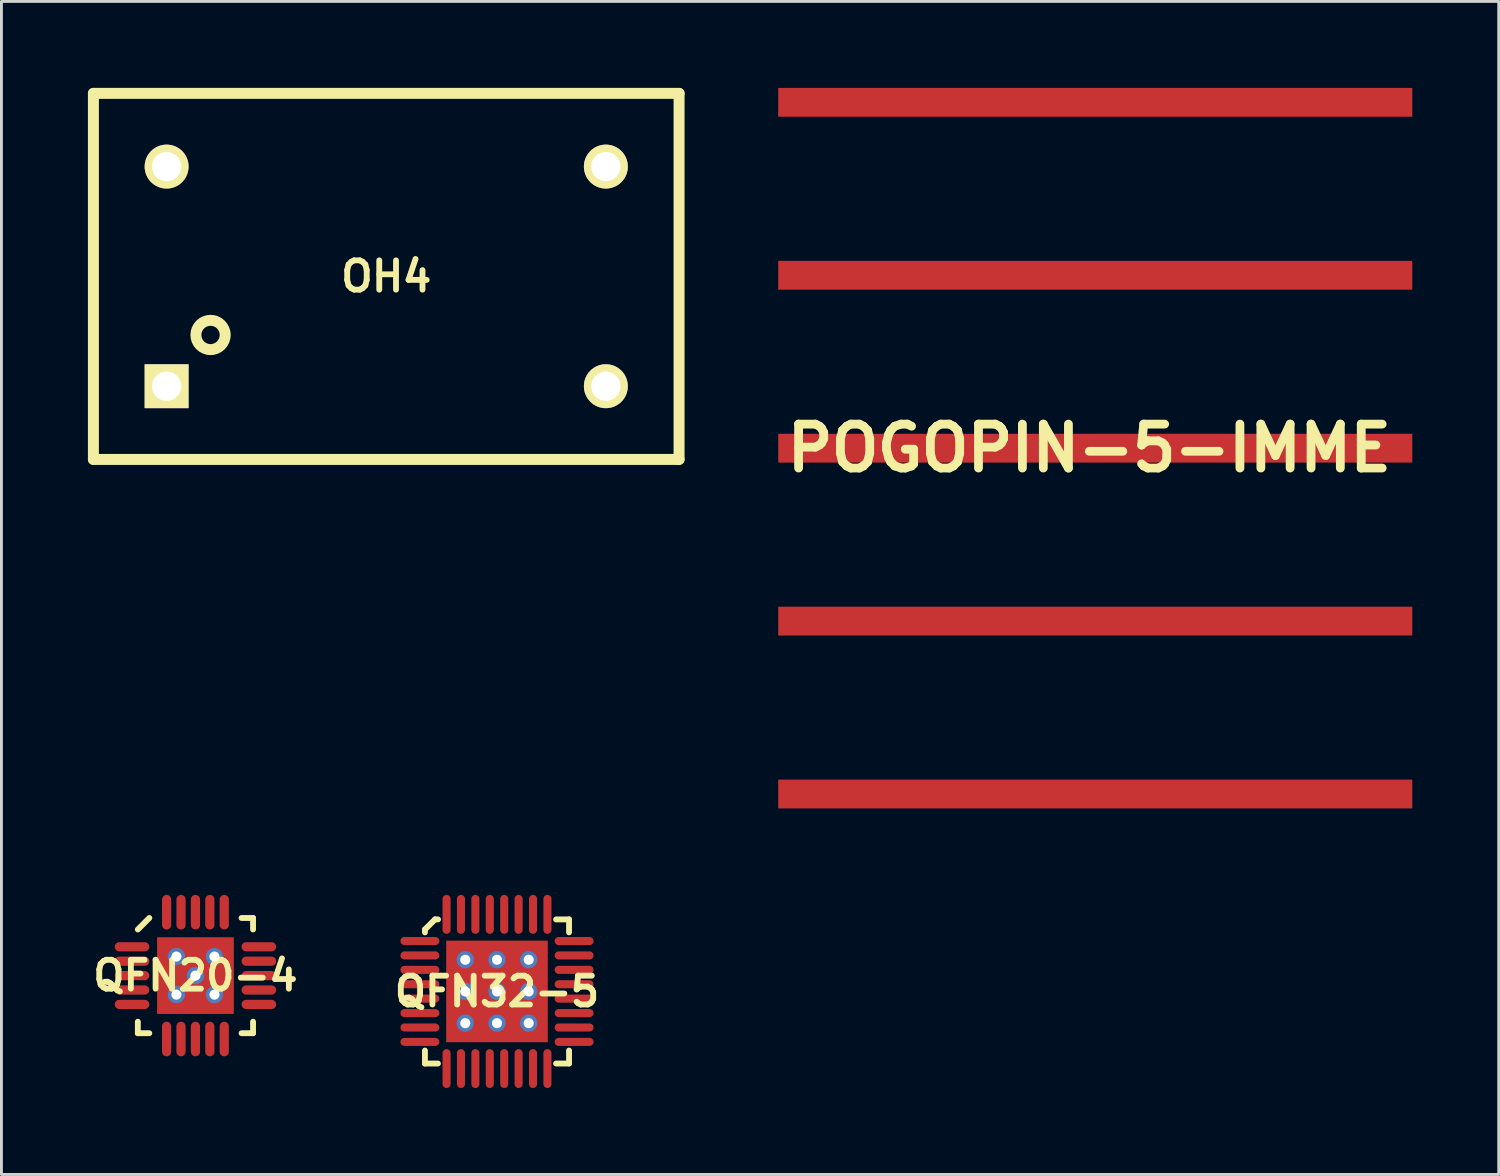
<source format=kicad_pcb>
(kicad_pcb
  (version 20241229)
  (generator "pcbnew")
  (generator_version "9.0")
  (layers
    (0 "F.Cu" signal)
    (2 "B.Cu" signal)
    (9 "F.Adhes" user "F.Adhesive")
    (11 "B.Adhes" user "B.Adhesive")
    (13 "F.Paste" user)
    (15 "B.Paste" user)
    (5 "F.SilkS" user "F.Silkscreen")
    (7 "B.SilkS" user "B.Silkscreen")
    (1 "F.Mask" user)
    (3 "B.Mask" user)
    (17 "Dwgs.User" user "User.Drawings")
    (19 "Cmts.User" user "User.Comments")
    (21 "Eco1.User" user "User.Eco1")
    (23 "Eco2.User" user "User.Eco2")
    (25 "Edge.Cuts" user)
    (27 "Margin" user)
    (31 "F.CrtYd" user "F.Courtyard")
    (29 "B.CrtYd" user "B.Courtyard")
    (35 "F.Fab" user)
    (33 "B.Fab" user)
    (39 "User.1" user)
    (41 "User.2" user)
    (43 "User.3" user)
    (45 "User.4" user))
  (footprint "POGOPIN-5-IMME"
    (layer "F.Cu")
    (at 23.951 12.5)
    (property "Reference" "POGOPIN-5-IMME" (at 10.795 0 0) (layer "F.SilkS") (effects (font (size 1.524 1.524) (thickness 0.305))))
    (attr through_hole)
    (pad "1" smd rect (at 11 -12) (size 22 1) (layers "F.Cu" "F.Mask"))
    (pad "2" smd rect (at 11 -6) (size 22 1) (layers "F.Cu" "F.Mask"))
    (pad "3" smd rect (at 11 0) (size 22 1) (layers "F.Cu" "F.Mask"))
    (pad "4" smd rect (at 11 6) (size 22 1) (layers "F.Cu" "F.Mask"))
    (pad "5" smd rect (at 11 12) (size 22 1) (layers "F.Cu" "F.Mask")))
  (footprint "QFN20-4"
    (layer "F.Cu")
    (at 3.731 30.8)
    (property "Reference" "QFN20-4" (at 0 0 0) (layer "F.SilkS") (effects (font (size 1.001 1.001) (thickness 0.203))))
    (attr through_hole)
    (fp_line (start -1.999 1.6) (end -1.999 1.999) (stroke (width 0.203) (type solid)) (layer "F.SilkS"))
    (fp_line (start -1.999 1.999) (end -1.6 1.999) (stroke (width 0.203) (type solid)) (layer "F.SilkS"))
    (fp_line (start -1.6 -1.999) (end -1.999 -1.6) (stroke (width 0.203) (type solid)) (layer "F.SilkS"))
    (fp_line (start 1.6 1.999) (end 1.999 1.999) (stroke (width 0.203) (type solid)) (layer "F.SilkS"))
    (fp_line (start 1.999 -1.999) (end 1.6 -1.999) (stroke (width 0.203) (type solid)) (layer "F.SilkS"))
    (fp_line (start 1.999 -1.6) (end 1.999 -1.999) (stroke (width 0.203) (type solid)) (layer "F.SilkS"))
    (fp_line (start 1.999 1.999) (end 1.999 1.6) (stroke (width 0.203) (type solid)) (layer "F.SilkS"))
    (pad "0" thru_hole circle (at -0.66 -0.66) (size 0.6 0.6) (drill 0.35) (layers "*.Cu" "B.Mask"))
    (pad "0" smd rect (at -0.66 -0.66) (size 1.32 1.32) (layers "F.Cu" "F.Paste"))
    (pad "0" thru_hole circle (at -0.66 0.66) (size 0.6 0.6) (drill 0.35) (layers "*.Cu" "B.Mask"))
    (pad "0" smd rect (at -0.66 0.66) (size 1.32 1.32) (layers "F.Cu" "F.Paste"))
    (pad "0" thru_hole circle (at 0 0) (size 0.6 0.6) (drill 0.35) (layers "*.Cu" "B.Mask"))
    (pad "0" smd rect (at 0 0) (size 2.65 2.65) (layers "F.Cu" "F.Mask"))
    (pad "0" thru_hole circle (at 0.66 -0.66) (size 0.6 0.6) (drill 0.35) (layers "*.Cu" "B.Mask"))
    (pad "0" smd rect (at 0.66 -0.66) (size 1.32 1.32) (layers "F.Cu" "F.Paste"))
    (pad "0" thru_hole circle (at 0.66 0.66) (size 0.6 0.6) (drill 0.35) (layers "*.Cu" "B.Mask"))
    (pad "0" smd rect (at 0.66 0.66) (size 1.32 1.32) (layers "F.Cu" "F.Paste"))
    (pad "1" smd oval (at -2.2 -1) (size 1.2 0.32) (layers "F.Cu" "F.Mask" "F.Paste"))
    (pad "2" smd oval (at -2.2 -0.5) (size 1.2 0.32) (layers "F.Cu" "F.Mask" "F.Paste"))
    (pad "3" smd oval (at -2.2 0) (size 1.2 0.32) (layers "F.Cu" "F.Mask" "F.Paste"))
    (pad "4" smd oval (at -2.2 0.5) (size 1.2 0.32) (layers "F.Cu" "F.Mask" "F.Paste"))
    (pad "5" smd oval (at -2.2 1) (size 1.2 0.32) (layers "F.Cu" "F.Mask" "F.Paste"))
    (pad "6" smd oval (at -1 2.2 90) (size 1.2 0.32) (layers "F.Cu" "F.Mask" "F.Paste"))
    (pad "7" smd oval (at -0.5 2.2 90) (size 1.2 0.32) (layers "F.Cu" "F.Mask" "F.Paste"))
    (pad "8" smd oval (at 0 2.2 90) (size 1.2 0.32) (layers "F.Cu" "F.Mask" "F.Paste"))
    (pad "9" smd oval (at 0.5 2.2 90) (size 1.2 0.32) (layers "F.Cu" "F.Mask" "F.Paste"))
    (pad "10" smd oval (at 1 2.2 90) (size 1.2 0.32) (layers "F.Cu" "F.Mask" "F.Paste"))
    (pad "11" smd oval (at 2.2 1) (size 1.2 0.32) (layers "F.Cu" "F.Mask" "F.Paste"))
    (pad "12" smd oval (at 2.2 0.5) (size 1.2 0.32) (layers "F.Cu" "F.Mask" "F.Paste"))
    (pad "13" smd oval (at 2.2 0) (size 1.2 0.32) (layers "F.Cu" "F.Mask" "F.Paste"))
    (pad "14" smd oval (at 2.2 -0.5) (size 1.2 0.32) (layers "F.Cu" "F.Mask" "F.Paste"))
    (pad "15" smd oval (at 2.2 -1) (size 1.2 0.32) (layers "F.Cu" "F.Mask" "F.Paste"))
    (pad "16" smd oval (at 1 -2.2 90) (size 1.2 0.32) (layers "F.Cu" "F.Mask" "F.Paste"))
    (pad "17" smd oval (at 0.5 -2.2 90) (size 1.2 0.32) (layers "F.Cu" "F.Mask" "F.Paste"))
    (pad "18" smd oval (at 0 -2.2 90) (size 1.2 0.32) (layers "F.Cu" "F.Mask" "F.Paste"))
    (pad "19" smd oval (at -0.5 -2.2 90) (size 1.2 0.32) (layers "F.Cu" "F.Mask" "F.Paste"))
    (pad "20" smd oval (at -1 -2.2 90) (size 1.2 0.32) (layers "F.Cu" "F.Mask" "F.Paste")))
  (footprint "OH4"
    (layer "F.Cu")
    (at 10.351 6.54)
    (property "Reference" "OH4" (at 0 0 0) (layer "F.SilkS") (effects (font (size 1.016 1.016) (thickness 0.203))))
    (attr through_hole)
    (fp_line (start -10.16 -6.35) (end 10.16 -6.35) (stroke (width 0.381) (type solid)) (layer "F.SilkS"))
    (fp_line (start -10.16 6.35) (end -10.16 -6.35) (stroke (width 0.381) (type solid)) (layer "F.SilkS"))
    (fp_line (start 10.16 -6.35) (end 10.16 6.35) (stroke (width 0.381) (type solid)) (layer "F.SilkS"))
    (fp_line (start 10.16 6.35) (end -10.16 6.35) (stroke (width 0.381) (type solid)) (layer "F.SilkS"))
    (fp_circle (center -6.096 2.032) (end -5.588 2.032) (stroke (width 0.381) (type solid)) (fill no) (layer "F.SilkS"))
    (pad "1" thru_hole rect (at -7.62 3.81) (size 1.524 1.524) (drill 1.016) (layers "*.Cu" "*.Mask" "F.SilkS"))
    (pad "7" thru_hole circle (at 7.62 3.81) (size 1.524 1.524) (drill 1.016) (layers "*.Cu" "*.Mask" "F.SilkS"))
    (pad "8" thru_hole circle (at 7.62 -3.81) (size 1.524 1.524) (drill 1.016) (layers "*.Cu" "*.Mask" "F.SilkS"))
    (pad "14" thru_hole circle (at -7.62 -3.81) (size 1.524 1.524) (drill 1.016) (layers "*.Cu" "*.Mask" "F.SilkS")))
  (footprint "QFN32-5"
    (layer "F.Cu")
    (at 14.194 31.35)
    (property "Reference" "QFN32-5" (at 0 0 0) (layer "F.SilkS") (effects (font (size 1.001 1.001) (thickness 0.203))))
    (attr through_hole)
    (fp_line (start -2.5 -2.15) (end -2.5 -2.05) (stroke (width 0.203) (type solid)) (layer "F.SilkS"))
    (fp_line (start -2.5 2.05) (end -2.5 2.5) (stroke (width 0.203) (type solid)) (layer "F.SilkS"))
    (fp_line (start -2.5 2.5) (end -2.05 2.5) (stroke (width 0.203) (type solid)) (layer "F.SilkS"))
    (fp_line (start -2.15 -2.5) (end -2.5 -2.15) (stroke (width 0.203) (type solid)) (layer "F.SilkS"))
    (fp_line (start -2.045 -2.5) (end -2.15 -2.5) (stroke (width 0.203) (type solid)) (layer "F.SilkS"))
    (fp_line (start 2.05 2.5) (end 2.5 2.5) (stroke (width 0.203) (type solid)) (layer "F.SilkS"))
    (fp_line (start 2.5 -2.5) (end 2.05 -2.5) (stroke (width 0.203) (type solid)) (layer "F.SilkS"))
    (fp_line (start 2.5 -2.05) (end 2.5 -2.5) (stroke (width 0.203) (type solid)) (layer "F.SilkS"))
    (fp_line (start 2.5 2.5) (end 2.5 2.05) (stroke (width 0.203) (type solid)) (layer "F.SilkS"))
    (pad "0" thru_hole circle (at -1.1 -1.1) (size 0.6 0.6) (drill 0.35) (layers "*.Cu" "B.Mask"))
    (pad "0" smd rect (at -1.1 -1.1) (size 1.1 1.1) (layers "F.Cu" "F.Paste"))
    (pad "0" thru_hole circle (at -1.1 0) (size 0.6 0.6) (drill 0.35) (layers "*.Cu" "B.Mask"))
    (pad "0" smd rect (at -1.1 0) (size 1.1 1.1) (layers "F.Cu" "F.Paste"))
    (pad "0" thru_hole circle (at -1.1 1.1) (size 0.6 0.6) (drill 0.35) (layers "*.Cu" "B.Mask"))
    (pad "0" smd rect (at -1.1 1.1) (size 1.1 1.1) (layers "F.Cu" "F.Paste"))
    (pad "0" thru_hole circle (at 0 -1.1) (size 0.6 0.6) (drill 0.35) (layers "*.Cu" "B.Mask"))
    (pad "0" smd rect (at 0 -1.1) (size 1.1 1.1) (layers "F.Cu" "F.Paste"))
    (pad "0" thru_hole circle (at 0 0) (size 0.6 0.6) (drill 0.35) (layers "*.Cu" "B.Mask"))
    (pad "0" smd rect (at 0 0) (size 1.1 1.1) (layers "F.Cu" "F.Paste"))
    (pad "0" smd rect (at 0 0) (size 3.525 3.525) (layers "F.Cu" "F.Mask"))
    (pad "0" thru_hole circle (at 0 1.1) (size 0.6 0.6) (drill 0.35) (layers "*.Cu" "B.Mask"))
    (pad "0" smd rect (at 0 1.1) (size 1.1 1.1) (layers "F.Cu" "F.Paste"))
    (pad "0" thru_hole circle (at 1.1 -1.1) (size 0.6 0.6) (drill 0.35) (layers "*.Cu" "B.Mask"))
    (pad "0" smd rect (at 1.1 -1.1) (size 1.1 1.1) (layers "F.Cu" "F.Paste"))
    (pad "0" thru_hole circle (at 1.1 0) (size 0.6 0.6) (drill 0.35) (layers "*.Cu" "B.Mask"))
    (pad "0" smd rect (at 1.1 0) (size 1.1 1.1) (layers "F.Cu" "F.Paste"))
    (pad "0" thru_hole circle (at 1.1 1.1) (size 0.6 0.6) (drill 0.35) (layers "*.Cu" "B.Mask"))
    (pad "0" smd rect (at 1.1 1.1) (size 1.1 1.1) (layers "F.Cu" "F.Paste"))
    (pad "1" smd oval (at -2.675 -1.75) (size 1.35 0.28) (layers "F.Cu" "F.Mask" "F.Paste"))
    (pad "2" smd oval (at -2.675 -1.25) (size 1.35 0.28) (layers "F.Cu" "F.Mask" "F.Paste"))
    (pad "3" smd oval (at -2.675 -0.75) (size 1.35 0.28) (layers "F.Cu" "F.Mask" "F.Paste"))
    (pad "4" smd oval (at -2.675 -0.25) (size 1.35 0.28) (layers "F.Cu" "F.Mask" "F.Paste"))
    (pad "5" smd oval (at -2.675 0.25) (size 1.35 0.28) (layers "F.Cu" "F.Mask" "F.Paste"))
    (pad "6" smd oval (at -2.675 0.75) (size 1.35 0.28) (layers "F.Cu" "F.Mask" "F.Paste"))
    (pad "7" smd oval (at -2.675 1.25) (size 1.35 0.28) (layers "F.Cu" "F.Mask" "F.Paste"))
    (pad "8" smd oval (at -2.675 1.75) (size 1.35 0.28) (layers "F.Cu" "F.Mask" "F.Paste"))
    (pad "9" smd oval (at -1.75 2.675 90) (size 1.35 0.28) (layers "F.Cu" "F.Mask" "F.Paste"))
    (pad "10" smd oval (at -1.25 2.675 90) (size 1.35 0.28) (layers "F.Cu" "F.Mask" "F.Paste"))
    (pad "11" smd oval (at -0.75 2.675 90) (size 1.35 0.28) (layers "F.Cu" "F.Mask" "F.Paste"))
    (pad "12" smd oval (at -0.25 2.675 90) (size 1.35 0.28) (layers "F.Cu" "F.Mask" "F.Paste"))
    (pad "13" smd oval (at 0.25 2.675 90) (size 1.35 0.28) (layers "F.Cu" "F.Mask" "F.Paste"))
    (pad "14" smd oval (at 0.75 2.675 90) (size 1.35 0.28) (layers "F.Cu" "F.Mask" "F.Paste"))
    (pad "15" smd oval (at 1.25 2.675 90) (size 1.35 0.28) (layers "F.Cu" "F.Mask" "F.Paste"))
    (pad "16" smd oval (at 1.75 2.675 90) (size 1.35 0.28) (layers "F.Cu" "F.Mask" "F.Paste"))
    (pad "17" smd oval (at 2.675 1.75) (size 1.35 0.28) (layers "F.Cu" "F.Mask" "F.Paste"))
    (pad "18" smd oval (at 2.675 1.25) (size 1.35 0.28) (layers "F.Cu" "F.Mask" "F.Paste"))
    (pad "19" smd oval (at 2.675 0.75) (size 1.35 0.28) (layers "F.Cu" "F.Mask" "F.Paste"))
    (pad "20" smd oval (at 2.675 0.25) (size 1.35 0.28) (layers "F.Cu" "F.Mask" "F.Paste"))
    (pad "21" smd oval (at 2.675 -0.25) (size 1.35 0.28) (layers "F.Cu" "F.Mask" "F.Paste"))
    (pad "22" smd oval (at 2.675 -0.75) (size 1.35 0.28) (layers "F.Cu" "F.Mask" "F.Paste"))
    (pad "23" smd oval (at 2.675 -1.25) (size 1.35 0.28) (layers "F.Cu" "F.Mask" "F.Paste"))
    (pad "24" smd oval (at 2.675 -1.75) (size 1.35 0.28) (layers "F.Cu" "F.Mask" "F.Paste"))
    (pad "25" smd oval (at 1.75 -2.675 90) (size 1.35 0.28) (layers "F.Cu" "F.Mask" "F.Paste"))
    (pad "26" smd oval (at 1.25 -2.675 90) (size 1.35 0.28) (layers "F.Cu" "F.Mask" "F.Paste"))
    (pad "27" smd oval (at 0.75 -2.675 90) (size 1.35 0.28) (layers "F.Cu" "F.Mask" "F.Paste"))
    (pad "28" smd oval (at 0.25 -2.675 90) (size 1.35 0.28) (layers "F.Cu" "F.Mask" "F.Paste"))
    (pad "29" smd oval (at -0.25 -2.675 90) (size 1.35 0.28) (layers "F.Cu" "F.Mask" "F.Paste"))
    (pad "30" smd oval (at -0.75 -2.675 90) (size 1.35 0.28) (layers "F.Cu" "F.Mask" "F.Paste"))
    (pad "31" smd oval (at -1.25 -2.675 90) (size 1.35 0.28) (layers "F.Cu" "F.Mask" "F.Paste"))
    (pad "32" smd oval (at -1.75 -2.675 90) (size 1.35 0.28) (layers "F.Cu" "F.Mask" "F.Paste")))
  (gr_rect
    (start -3 -3)
    (end 48.951 37.7)
    (stroke (width 0.1) (type default))
    (fill no)
    (layer "Edge.Cuts")))
</source>
